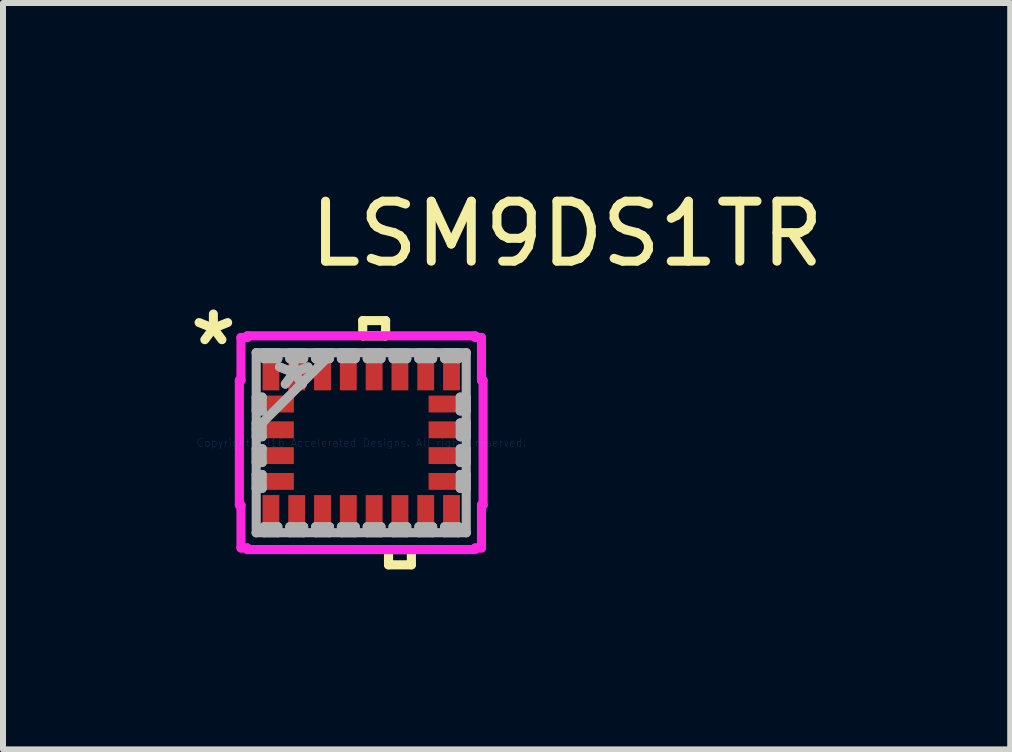
<source format=kicad_pcb>
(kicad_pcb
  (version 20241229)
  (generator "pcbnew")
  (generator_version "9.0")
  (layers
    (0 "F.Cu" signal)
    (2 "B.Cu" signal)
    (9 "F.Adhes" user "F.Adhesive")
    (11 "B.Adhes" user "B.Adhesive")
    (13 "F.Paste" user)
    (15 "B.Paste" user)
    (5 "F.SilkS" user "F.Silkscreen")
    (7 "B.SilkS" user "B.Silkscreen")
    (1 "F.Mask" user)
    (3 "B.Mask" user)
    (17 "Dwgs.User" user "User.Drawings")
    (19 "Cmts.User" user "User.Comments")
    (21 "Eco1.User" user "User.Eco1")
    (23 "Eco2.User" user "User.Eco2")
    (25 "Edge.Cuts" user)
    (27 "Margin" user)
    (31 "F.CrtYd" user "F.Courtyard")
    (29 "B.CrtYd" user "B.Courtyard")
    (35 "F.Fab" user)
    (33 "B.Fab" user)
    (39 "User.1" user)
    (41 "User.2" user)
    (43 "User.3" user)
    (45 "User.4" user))
  (footprint "LSM9DS1TR"
    (layer "F.Cu")
    (at 2.97 4.328)
    (property "Reference" "LSM9DS1TR" (at 3.429 -3.48 0) (layer "F.SilkS") (effects (font (size 1 1) (thickness 0.15))))
    (attr through_hole)
    (fp_line (start 0.025 -2.035) (end 0.406 -2.035) (stroke (width 0.152) (type solid)) (layer "F.SilkS"))
    (fp_line (start 0.025 -1.781) (end 0.025 -2.035) (stroke (width 0.152) (type solid)) (layer "F.SilkS"))
    (fp_line (start 0.406 -2.035) (end 0.406 -1.781) (stroke (width 0.152) (type solid)) (layer "F.SilkS"))
    (fp_line (start 0.406 -1.781) (end 0.025 -1.781) (stroke (width 0.152) (type solid)) (layer "F.SilkS"))
    (fp_line (start 0.455 1.781) (end 0.455 2.035) (stroke (width 0.152) (type solid)) (layer "F.SilkS"))
    (fp_line (start 0.455 2.035) (end 0.836 2.035) (stroke (width 0.152) (type solid)) (layer "F.SilkS"))
    (fp_line (start 0.836 1.781) (end 0.455 1.781) (stroke (width 0.152) (type solid)) (layer "F.SilkS"))
    (fp_line (start 0.836 2.035) (end 0.836 1.781) (stroke (width 0.152) (type solid)) (layer "F.SilkS"))
    (fp_line (start -2.031 -1.039) (end -2.004 -1.039) (stroke (width 0.152) (type solid)) (layer "F.CrtYd"))
    (fp_line (start -2.031 1.039) (end -2.031 -1.039) (stroke (width 0.152) (type solid)) (layer "F.CrtYd"))
    (fp_line (start -2.004 -1.754) (end -1.899 -1.754) (stroke (width 0.152) (type solid)) (layer "F.CrtYd"))
    (fp_line (start -2.004 -1.039) (end -2.004 -1.754) (stroke (width 0.152) (type solid)) (layer "F.CrtYd"))
    (fp_line (start -2.004 1.039) (end -2.031 1.039) (stroke (width 0.152) (type solid)) (layer "F.CrtYd"))
    (fp_line (start -2.004 1.754) (end -2.004 1.039) (stroke (width 0.152) (type solid)) (layer "F.CrtYd"))
    (fp_line (start -1.899 -1.781) (end 1.899 -1.781) (stroke (width 0.152) (type solid)) (layer "F.CrtYd"))
    (fp_line (start -1.899 -1.754) (end -1.899 -1.781) (stroke (width 0.152) (type solid)) (layer "F.CrtYd"))
    (fp_line (start -1.899 1.754) (end -2.004 1.754) (stroke (width 0.152) (type solid)) (layer "F.CrtYd"))
    (fp_line (start -1.899 1.781) (end -1.899 1.754) (stroke (width 0.152) (type solid)) (layer "F.CrtYd"))
    (fp_line (start 1.899 -1.781) (end 1.899 -1.754) (stroke (width 0.152) (type solid)) (layer "F.CrtYd"))
    (fp_line (start 1.899 -1.754) (end 2.004 -1.754) (stroke (width 0.152) (type solid)) (layer "F.CrtYd"))
    (fp_line (start 1.899 1.754) (end 1.899 1.781) (stroke (width 0.152) (type solid)) (layer "F.CrtYd"))
    (fp_line (start 1.899 1.781) (end -1.899 1.781) (stroke (width 0.152) (type solid)) (layer "F.CrtYd"))
    (fp_line (start 2.004 -1.754) (end 2.004 -1.039) (stroke (width 0.152) (type solid)) (layer "F.CrtYd"))
    (fp_line (start 2.004 -1.039) (end 2.031 -1.039) (stroke (width 0.152) (type solid)) (layer "F.CrtYd"))
    (fp_line (start 2.004 1.039) (end 2.004 1.754) (stroke (width 0.152) (type solid)) (layer "F.CrtYd"))
    (fp_line (start 2.004 1.754) (end 1.899 1.754) (stroke (width 0.152) (type solid)) (layer "F.CrtYd"))
    (fp_line (start 2.031 -1.039) (end 2.031 1.039) (stroke (width 0.152) (type solid)) (layer "F.CrtYd"))
    (fp_line (start 2.031 1.039) (end 2.004 1.039) (stroke (width 0.152) (type solid)) (layer "F.CrtYd"))
    (fp_line (start -1.75 -1.5) (end -1.75 -1.5) (stroke (width 0.152) (type solid)) (layer "F.Fab"))
    (fp_line (start -1.75 -1.5) (end -1.75 1.5) (stroke (width 0.152) (type solid)) (layer "F.Fab"))
    (fp_line (start -1.75 -0.76) (end -1.65 -0.76) (stroke (width 0.152) (type solid)) (layer "F.Fab"))
    (fp_line (start -1.75 -0.53) (end -1.75 -0.76) (stroke (width 0.152) (type solid)) (layer "F.Fab"))
    (fp_line (start -1.75 -0.33) (end -1.65 -0.33) (stroke (width 0.152) (type solid)) (layer "F.Fab"))
    (fp_line (start -1.75 -0.23) (end -0.48 -1.5) (stroke (width 0.152) (type solid)) (layer "F.Fab"))
    (fp_line (start -1.75 -0.1) (end -1.75 -0.33) (stroke (width 0.152) (type solid)) (layer "F.Fab"))
    (fp_line (start -1.75 0.1) (end -1.65 0.1) (stroke (width 0.152) (type solid)) (layer "F.Fab"))
    (fp_line (start -1.75 0.33) (end -1.75 0.1) (stroke (width 0.152) (type solid)) (layer "F.Fab"))
    (fp_line (start -1.75 0.53) (end -1.65 0.53) (stroke (width 0.152) (type solid)) (layer "F.Fab"))
    (fp_line (start -1.75 0.76) (end -1.75 0.53) (stroke (width 0.152) (type solid)) (layer "F.Fab"))
    (fp_line (start -1.75 1.5) (end -1.75 1.5) (stroke (width 0.152) (type solid)) (layer "F.Fab"))
    (fp_line (start -1.75 1.5) (end 1.75 1.5) (stroke (width 0.152) (type solid)) (layer "F.Fab"))
    (fp_line (start -1.65 -0.76) (end -1.65 -0.53) (stroke (width 0.152) (type solid)) (layer "F.Fab"))
    (fp_line (start -1.65 -0.53) (end -1.75 -0.53) (stroke (width 0.152) (type solid)) (layer "F.Fab"))
    (fp_line (start -1.65 -0.33) (end -1.65 -0.1) (stroke (width 0.152) (type solid)) (layer "F.Fab"))
    (fp_line (start -1.65 -0.1) (end -1.75 -0.1) (stroke (width 0.152) (type solid)) (layer "F.Fab"))
    (fp_line (start -1.65 0.1) (end -1.65 0.33) (stroke (width 0.152) (type solid)) (layer "F.Fab"))
    (fp_line (start -1.65 0.33) (end -1.75 0.33) (stroke (width 0.152) (type solid)) (layer "F.Fab"))
    (fp_line (start -1.65 0.53) (end -1.65 0.76) (stroke (width 0.152) (type solid)) (layer "F.Fab"))
    (fp_line (start -1.65 0.76) (end -1.75 0.76) (stroke (width 0.152) (type solid)) (layer "F.Fab"))
    (fp_line (start -1.62 -1.5) (end -1.39 -1.5) (stroke (width 0.152) (type solid)) (layer "F.Fab"))
    (fp_line (start -1.62 -1.4) (end -1.62 -1.5) (stroke (width 0.152) (type solid)) (layer "F.Fab"))
    (fp_line (start -1.62 1.4) (end -1.39 1.4) (stroke (width 0.152) (type solid)) (layer "F.Fab"))
    (fp_line (start -1.62 1.5) (end -1.62 1.4) (stroke (width 0.152) (type solid)) (layer "F.Fab"))
    (fp_line (start -1.39 -1.5) (end -1.39 -1.4) (stroke (width 0.152) (type solid)) (layer "F.Fab"))
    (fp_line (start -1.39 -1.4) (end -1.62 -1.4) (stroke (width 0.152) (type solid)) (layer "F.Fab"))
    (fp_line (start -1.39 1.4) (end -1.39 1.5) (stroke (width 0.152) (type solid)) (layer "F.Fab"))
    (fp_line (start -1.39 1.5) (end -1.62 1.5) (stroke (width 0.152) (type solid)) (layer "F.Fab"))
    (fp_line (start -1.19 -1.5) (end -0.96 -1.5) (stroke (width 0.152) (type solid)) (layer "F.Fab"))
    (fp_line (start -1.19 -1.4) (end -1.19 -1.5) (stroke (width 0.152) (type solid)) (layer "F.Fab"))
    (fp_line (start -1.19 1.4) (end -0.96 1.4) (stroke (width 0.152) (type solid)) (layer "F.Fab"))
    (fp_line (start -1.19 1.5) (end -1.19 1.4) (stroke (width 0.152) (type solid)) (layer "F.Fab"))
    (fp_line (start -0.96 -1.5) (end -0.96 -1.4) (stroke (width 0.152) (type solid)) (layer "F.Fab"))
    (fp_line (start -0.96 -1.4) (end -1.19 -1.4) (stroke (width 0.152) (type solid)) (layer "F.Fab"))
    (fp_line (start -0.96 1.4) (end -0.96 1.5) (stroke (width 0.152) (type solid)) (layer "F.Fab"))
    (fp_line (start -0.96 1.5) (end -1.19 1.5) (stroke (width 0.152) (type solid)) (layer "F.Fab"))
    (fp_line (start -0.76 -1.5) (end -0.53 -1.5) (stroke (width 0.152) (type solid)) (layer "F.Fab"))
    (fp_line (start -0.76 -1.4) (end -0.76 -1.5) (stroke (width 0.152) (type solid)) (layer "F.Fab"))
    (fp_line (start -0.76 1.4) (end -0.53 1.4) (stroke (width 0.152) (type solid)) (layer "F.Fab"))
    (fp_line (start -0.76 1.5) (end -0.76 1.4) (stroke (width 0.152) (type solid)) (layer "F.Fab"))
    (fp_line (start -0.53 -1.5) (end -0.53 -1.4) (stroke (width 0.152) (type solid)) (layer "F.Fab"))
    (fp_line (start -0.53 -1.4) (end -0.76 -1.4) (stroke (width 0.152) (type solid)) (layer "F.Fab"))
    (fp_line (start -0.53 1.4) (end -0.53 1.5) (stroke (width 0.152) (type solid)) (layer "F.Fab"))
    (fp_line (start -0.53 1.5) (end -0.76 1.5) (stroke (width 0.152) (type solid)) (layer "F.Fab"))
    (fp_line (start -0.33 -1.5) (end -0.1 -1.5) (stroke (width 0.152) (type solid)) (layer "F.Fab"))
    (fp_line (start -0.33 -1.4) (end -0.33 -1.5) (stroke (width 0.152) (type solid)) (layer "F.Fab"))
    (fp_line (start -0.33 1.4) (end -0.1 1.4) (stroke (width 0.152) (type solid)) (layer "F.Fab"))
    (fp_line (start -0.33 1.5) (end -0.33 1.4) (stroke (width 0.152) (type solid)) (layer "F.Fab"))
    (fp_line (start -0.1 -1.5) (end -0.1 -1.4) (stroke (width 0.152) (type solid)) (layer "F.Fab"))
    (fp_line (start -0.1 -1.4) (end -0.33 -1.4) (stroke (width 0.152) (type solid)) (layer "F.Fab"))
    (fp_line (start -0.1 1.4) (end -0.1 1.5) (stroke (width 0.152) (type solid)) (layer "F.Fab"))
    (fp_line (start -0.1 1.5) (end -0.33 1.5) (stroke (width 0.152) (type solid)) (layer "F.Fab"))
    (fp_line (start 0.1 -1.5) (end 0.33 -1.5) (stroke (width 0.152) (type solid)) (layer "F.Fab"))
    (fp_line (start 0.1 -1.4) (end 0.1 -1.5) (stroke (width 0.152) (type solid)) (layer "F.Fab"))
    (fp_line (start 0.1 1.4) (end 0.33 1.4) (stroke (width 0.152) (type solid)) (layer "F.Fab"))
    (fp_line (start 0.1 1.5) (end 0.1 1.4) (stroke (width 0.152) (type solid)) (layer "F.Fab"))
    (fp_line (start 0.33 -1.5) (end 0.33 -1.4) (stroke (width 0.152) (type solid)) (layer "F.Fab"))
    (fp_line (start 0.33 -1.4) (end 0.1 -1.4) (stroke (width 0.152) (type solid)) (layer "F.Fab"))
    (fp_line (start 0.33 1.4) (end 0.33 1.5) (stroke (width 0.152) (type solid)) (layer "F.Fab"))
    (fp_line (start 0.33 1.5) (end 0.1 1.5) (stroke (width 0.152) (type solid)) (layer "F.Fab"))
    (fp_line (start 0.53 -1.5) (end 0.76 -1.5) (stroke (width 0.152) (type solid)) (layer "F.Fab"))
    (fp_line (start 0.53 -1.4) (end 0.53 -1.5) (stroke (width 0.152) (type solid)) (layer "F.Fab"))
    (fp_line (start 0.53 1.4) (end 0.76 1.4) (stroke (width 0.152) (type solid)) (layer "F.Fab"))
    (fp_line (start 0.53 1.5) (end 0.53 1.4) (stroke (width 0.152) (type solid)) (layer "F.Fab"))
    (fp_line (start 0.76 -1.5) (end 0.76 -1.4) (stroke (width 0.152) (type solid)) (layer "F.Fab"))
    (fp_line (start 0.76 -1.4) (end 0.53 -1.4) (stroke (width 0.152) (type solid)) (layer "F.Fab"))
    (fp_line (start 0.76 1.4) (end 0.76 1.5) (stroke (width 0.152) (type solid)) (layer "F.Fab"))
    (fp_line (start 0.76 1.5) (end 0.53 1.5) (stroke (width 0.152) (type solid)) (layer "F.Fab"))
    (fp_line (start 0.96 -1.5) (end 1.19 -1.5) (stroke (width 0.152) (type solid)) (layer "F.Fab"))
    (fp_line (start 0.96 -1.4) (end 0.96 -1.5) (stroke (width 0.152) (type solid)) (layer "F.Fab"))
    (fp_line (start 0.96 1.4) (end 1.19 1.4) (stroke (width 0.152) (type solid)) (layer "F.Fab"))
    (fp_line (start 0.96 1.5) (end 0.96 1.4) (stroke (width 0.152) (type solid)) (layer "F.Fab"))
    (fp_line (start 1.19 -1.5) (end 1.19 -1.4) (stroke (width 0.152) (type solid)) (layer "F.Fab"))
    (fp_line (start 1.19 -1.4) (end 0.96 -1.4) (stroke (width 0.152) (type solid)) (layer "F.Fab"))
    (fp_line (start 1.19 1.4) (end 1.19 1.5) (stroke (width 0.152) (type solid)) (layer "F.Fab"))
    (fp_line (start 1.19 1.5) (end 0.96 1.5) (stroke (width 0.152) (type solid)) (layer "F.Fab"))
    (fp_line (start 1.39 -1.5) (end 1.62 -1.5) (stroke (width 0.152) (type solid)) (layer "F.Fab"))
    (fp_line (start 1.39 -1.4) (end 1.39 -1.5) (stroke (width 0.152) (type solid)) (layer "F.Fab"))
    (fp_line (start 1.39 1.4) (end 1.62 1.4) (stroke (width 0.152) (type solid)) (layer "F.Fab"))
    (fp_line (start 1.39 1.5) (end 1.39 1.4) (stroke (width 0.152) (type solid)) (layer "F.Fab"))
    (fp_line (start 1.62 -1.5) (end 1.62 -1.4) (stroke (width 0.152) (type solid)) (layer "F.Fab"))
    (fp_line (start 1.62 -1.4) (end 1.39 -1.4) (stroke (width 0.152) (type solid)) (layer "F.Fab"))
    (fp_line (start 1.62 1.4) (end 1.62 1.5) (stroke (width 0.152) (type solid)) (layer "F.Fab"))
    (fp_line (start 1.62 1.5) (end 1.39 1.5) (stroke (width 0.152) (type solid)) (layer "F.Fab"))
    (fp_line (start 1.65 -0.76) (end 1.75 -0.76) (stroke (width 0.152) (type solid)) (layer "F.Fab"))
    (fp_line (start 1.65 -0.53) (end 1.65 -0.76) (stroke (width 0.152) (type solid)) (layer "F.Fab"))
    (fp_line (start 1.65 -0.33) (end 1.75 -0.33) (stroke (width 0.152) (type solid)) (layer "F.Fab"))
    (fp_line (start 1.65 -0.1) (end 1.65 -0.33) (stroke (width 0.152) (type solid)) (layer "F.Fab"))
    (fp_line (start 1.65 0.1) (end 1.75 0.1) (stroke (width 0.152) (type solid)) (layer "F.Fab"))
    (fp_line (start 1.65 0.33) (end 1.65 0.1) (stroke (width 0.152) (type solid)) (layer "F.Fab"))
    (fp_line (start 1.65 0.53) (end 1.75 0.53) (stroke (width 0.152) (type solid)) (layer "F.Fab"))
    (fp_line (start 1.65 0.76) (end 1.65 0.53) (stroke (width 0.152) (type solid)) (layer "F.Fab"))
    (fp_line (start 1.75 -1.5) (end -1.75 -1.5) (stroke (width 0.152) (type solid)) (layer "F.Fab"))
    (fp_line (start 1.75 -1.5) (end 1.75 -1.5) (stroke (width 0.152) (type solid)) (layer "F.Fab"))
    (fp_line (start 1.75 -0.76) (end 1.75 -0.53) (stroke (width 0.152) (type solid)) (layer "F.Fab"))
    (fp_line (start 1.75 -0.53) (end 1.65 -0.53) (stroke (width 0.152) (type solid)) (layer "F.Fab"))
    (fp_line (start 1.75 -0.33) (end 1.75 -0.1) (stroke (width 0.152) (type solid)) (layer "F.Fab"))
    (fp_line (start 1.75 -0.1) (end 1.65 -0.1) (stroke (width 0.152) (type solid)) (layer "F.Fab"))
    (fp_line (start 1.75 0.1) (end 1.75 0.33) (stroke (width 0.152) (type solid)) (layer "F.Fab"))
    (fp_line (start 1.75 0.33) (end 1.65 0.33) (stroke (width 0.152) (type solid)) (layer "F.Fab"))
    (fp_line (start 1.75 0.53) (end 1.75 0.76) (stroke (width 0.152) (type solid)) (layer "F.Fab"))
    (fp_line (start 1.75 0.76) (end 1.65 0.76) (stroke (width 0.152) (type solid)) (layer "F.Fab"))
    (fp_line (start 1.75 1.5) (end 1.75 -1.5) (stroke (width 0.152) (type solid)) (layer "F.Fab"))
    (fp_line (start 1.75 1.5) (end 1.75 1.5) (stroke (width 0.152) (type solid)) (layer "F.Fab"))
    (fp_text user "*" (at -2.464 -1.6 0) (layer "F.SilkS") (effects (font (size 1 1) (thickness 0.15))))
    (fp_text user "Copyright 2016 Accelerated Designs. All rights reserved." (at 0 0 0) (layer "Cmts.User") (effects (font (size 0.127 0.127) (thickness 0.002))))
    (fp_text user "*" (at -1.123 -0.86 0) (layer "F.Fab") (effects (font (size 1 1) (thickness 0.15))))
    (fp_text user "*" (at -1.123 -0.86 0) (layer "F.Fab") (effects (font (size 1 1) (thickness 0.15))))
    (pad "1" smd rect (at -1.505 -1.2) (size 0.281 0.654) (layers "F.Cu" "F.Mask" "F.Paste"))
    (pad "2" smd rect (at -1.45 -0.645 90) (size 0.281 0.654) (layers "F.Cu" "F.Mask" "F.Paste"))
    (pad "3" smd rect (at -1.45 -0.215 90) (size 0.281 0.654) (layers "F.Cu" "F.Mask" "F.Paste"))
    (pad "4" smd rect (at -1.45 0.215 90) (size 0.281 0.654) (layers "F.Cu" "F.Mask" "F.Paste"))
    (pad "5" smd rect (at -1.45 0.645 90) (size 0.281 0.654) (layers "F.Cu" "F.Mask" "F.Paste"))
    (pad "6" smd rect (at -1.505 1.2) (size 0.281 0.654) (layers "F.Cu" "F.Mask" "F.Paste"))
    (pad "7" smd rect (at -1.075 1.2) (size 0.281 0.654) (layers "F.Cu" "F.Mask" "F.Paste"))
    (pad "8" smd rect (at -0.645 1.2) (size 0.281 0.654) (layers "F.Cu" "F.Mask" "F.Paste"))
    (pad "9" smd rect (at -0.215 1.2) (size 0.281 0.654) (layers "F.Cu" "F.Mask" "F.Paste"))
    (pad "10" smd rect (at 0.215 1.2) (size 0.281 0.654) (layers "F.Cu" "F.Mask" "F.Paste"))
    (pad "11" smd rect (at 0.645 1.2) (size 0.281 0.654) (layers "F.Cu" "F.Mask" "F.Paste"))
    (pad "12" smd rect (at 1.075 1.2) (size 0.281 0.654) (layers "F.Cu" "F.Mask" "F.Paste"))
    (pad "13" smd rect (at 1.505 1.2) (size 0.281 0.654) (layers "F.Cu" "F.Mask" "F.Paste"))
    (pad "14" smd rect (at 1.45 0.645 90) (size 0.281 0.654) (layers "F.Cu" "F.Mask" "F.Paste"))
    (pad "15" smd rect (at 1.45 0.215 90) (size 0.281 0.654) (layers "F.Cu" "F.Mask" "F.Paste"))
    (pad "16" smd rect (at 1.45 -0.215 90) (size 0.281 0.654) (layers "F.Cu" "F.Mask" "F.Paste"))
    (pad "17" smd rect (at 1.45 -0.645 90) (size 0.281 0.654) (layers "F.Cu" "F.Mask" "F.Paste"))
    (pad "18" smd rect (at 1.505 -1.2) (size 0.281 0.654) (layers "F.Cu" "F.Mask" "F.Paste"))
    (pad "19" smd rect (at 1.075 -1.2) (size 0.281 0.654) (layers "F.Cu" "F.Mask" "F.Paste"))
    (pad "20" smd rect (at 0.645 -1.2) (size 0.281 0.654) (layers "F.Cu" "F.Mask" "F.Paste"))
    (pad "21" smd rect (at 0.215 -1.2) (size 0.281 0.654) (layers "F.Cu" "F.Mask" "F.Paste"))
    (pad "22" smd rect (at -0.215 -1.2) (size 0.281 0.654) (layers "F.Cu" "F.Mask" "F.Paste"))
    (pad "23" smd rect (at -0.645 -1.2) (size 0.281 0.654) (layers "F.Cu" "F.Mask" "F.Paste"))
    (pad "24" smd rect (at -1.075 -1.2) (size 0.281 0.654) (layers "F.Cu" "F.Mask" "F.Paste")))
  (gr_rect
    (start -3 -3)
    (end 13.786 9.439)
    (stroke (width 0.1) (type default))
    (fill no)
    (layer "Edge.Cuts")))
</source>
